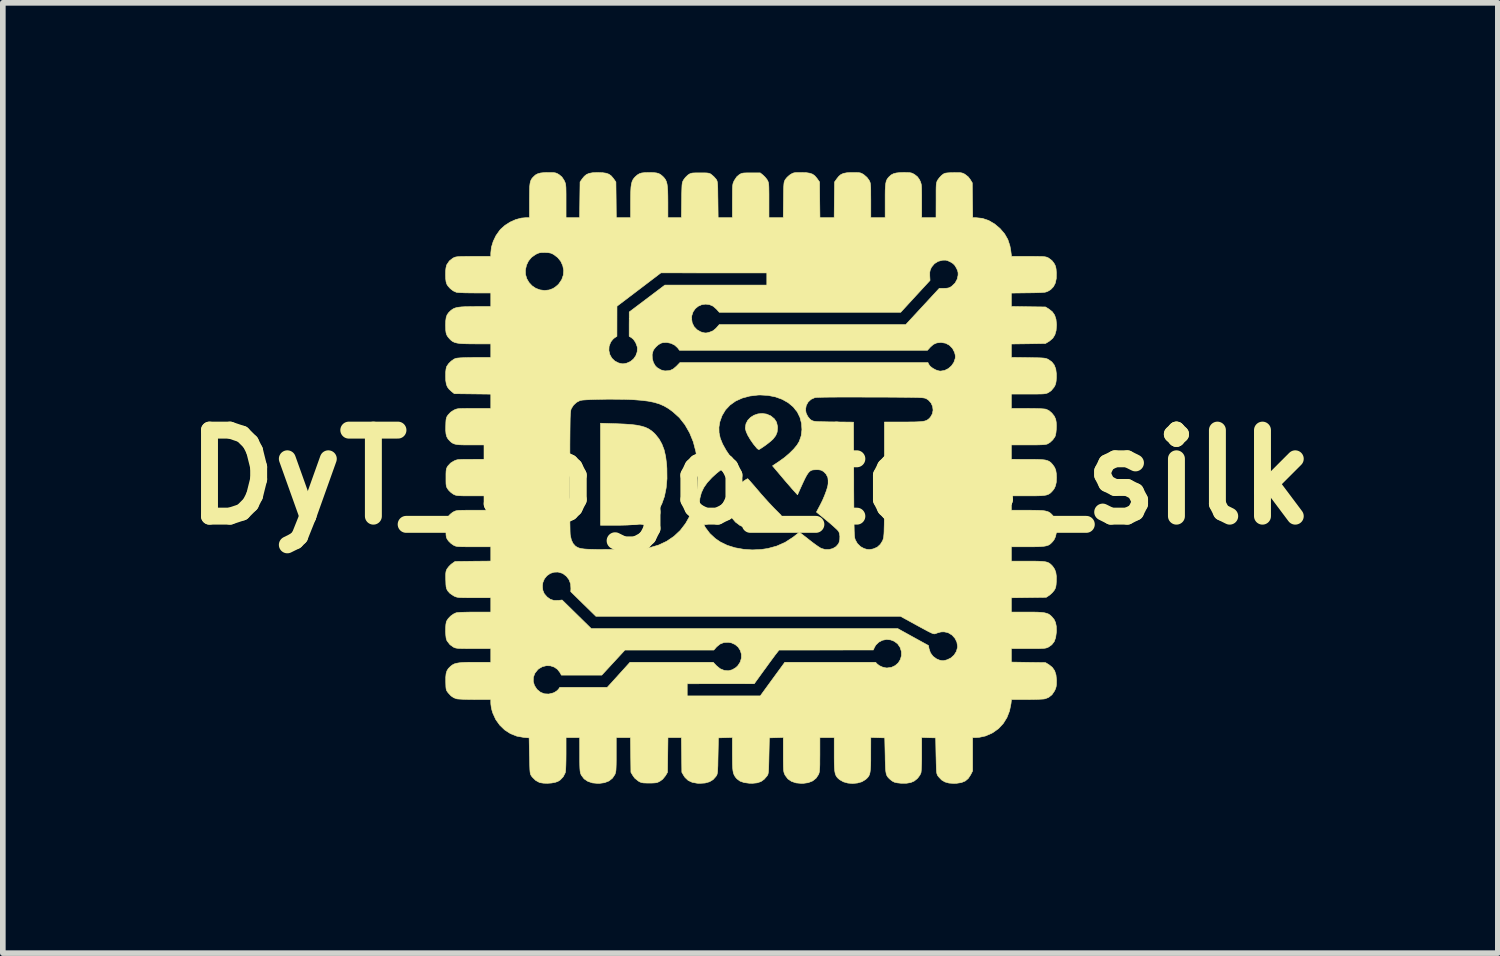
<source format=kicad_pcb>
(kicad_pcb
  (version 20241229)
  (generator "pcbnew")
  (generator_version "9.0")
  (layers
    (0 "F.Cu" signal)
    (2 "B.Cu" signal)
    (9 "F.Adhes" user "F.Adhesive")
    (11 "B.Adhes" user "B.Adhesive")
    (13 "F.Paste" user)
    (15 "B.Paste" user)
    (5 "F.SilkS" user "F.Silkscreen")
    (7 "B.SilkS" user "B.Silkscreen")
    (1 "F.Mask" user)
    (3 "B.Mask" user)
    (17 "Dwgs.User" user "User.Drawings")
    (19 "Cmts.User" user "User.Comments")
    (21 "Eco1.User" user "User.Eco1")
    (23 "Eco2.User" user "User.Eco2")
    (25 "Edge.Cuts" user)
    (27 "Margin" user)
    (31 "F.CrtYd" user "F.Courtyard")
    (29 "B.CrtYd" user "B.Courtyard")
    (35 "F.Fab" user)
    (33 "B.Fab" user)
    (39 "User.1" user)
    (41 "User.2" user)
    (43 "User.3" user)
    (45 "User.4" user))
  (footprint "DyT_logo_top_silk"
    (layer "F.Cu")
    (at 10.24 5.403)
    (property "Reference" "DyT_logo_top_silk" (at 0 0 0) (layer "F.SilkS") (effects (font (size 1.524 1.524) (thickness 0.3))))
    (attr through_hole)
    (fp_poly (pts (xy 0.286 -1.119) (xy 0.359 -1.088) (xy 0.364 -1.085) (xy 0.425 -1.035) (xy 0.464 -0.975) (xy 0.481 -0.902) (xy 0.482 -0.873) (xy 0.475 -0.8) (xy 0.45 -0.738) (xy 0.404 -0.678) (xy 0.372 -0.648) (xy 0.326 -0.61) (xy 0.27 -0.567) (xy 0.212 -0.527) (xy 0.162 -0.495) (xy 0.157 -0.492) (xy 0.14 -0.494) (xy 0.118 -0.512) (xy 0.055 -0.588) (xy 0.001 -0.666) (xy -0.043 -0.74) (xy -0.073 -0.806) (xy -0.088 -0.862) (xy -0.088 -0.876) (xy -0.077 -0.947) (xy -0.045 -1.009) (xy 0.004 -1.06) (xy 0.065 -1.098) (xy 0.135 -1.122) (xy 0.21 -1.129) (xy 0.286 -1.119)) (stroke (width 0.01) (type solid)) (fill yes) (layer "F.SilkS"))
    (fp_poly (pts (xy -2.372 -0.948) (xy -2.231 -0.942) (xy -2.112 -0.934) (xy -2.013 -0.922) (xy -1.93 -0.905) (xy -1.86 -0.884) (xy -1.801 -0.856) (xy -1.749 -0.821) (xy -1.7 -0.778) (xy -1.68 -0.757) (xy -1.616 -0.677) (xy -1.566 -0.587) (xy -1.527 -0.485) (xy -1.5 -0.367) (xy -1.483 -0.23) (xy -1.478 -0.156) (xy -1.476 0.025) (xy -1.491 0.19) (xy -1.521 0.34) (xy -1.568 0.472) (xy -1.629 0.587) (xy -1.705 0.681) (xy -1.722 0.697) (xy -1.768 0.737) (xy -1.815 0.769) (xy -1.866 0.795) (xy -1.925 0.815) (xy -1.994 0.83) (xy -2.077 0.84) (xy -2.176 0.847) (xy -2.295 0.85) (xy -2.41 0.851) (xy -2.654 0.851) (xy -2.654 -0.957) (xy -2.372 -0.948)) (stroke (width 0.01) (type solid)) (fill yes) (layer "F.SilkS"))
    (fp_poly (pts (xy -0.037 0.035) (xy -0.014 0.06) (xy 0.021 0.1) (xy 0.065 0.15) (xy 0.114 0.208) (xy 0.129 0.225) (xy 0.19 0.297) (xy 0.257 0.372) (xy 0.322 0.444) (xy 0.382 0.508) (xy 0.424 0.552) (xy 0.55 0.678) (xy 0.494 0.727) (xy 0.394 0.803) (xy 0.293 0.861) (xy 0.251 0.879) (xy 0.187 0.897) (xy 0.11 0.907) (xy 0.031 0.911) (xy -0.042 0.906) (xy -0.091 0.895) (xy -0.183 0.854) (xy -0.263 0.794) (xy -0.327 0.719) (xy -0.374 0.634) (xy -0.4 0.542) (xy -0.403 0.452) (xy -0.385 0.361) (xy -0.344 0.277) (xy -0.28 0.198) (xy -0.264 0.182) (xy -0.229 0.152) (xy -0.187 0.118) (xy -0.142 0.085) (xy -0.101 0.056) (xy -0.067 0.035) (xy -0.048 0.026) (xy -0.047 0.025) (xy -0.037 0.035)) (stroke (width 0.01) (type solid)) (fill yes) (layer "F.SilkS"))
    (fp_poly (pts (xy 2.777 -5.397) (xy 2.82 -5.395) (xy 2.85 -5.39) (xy 2.875 -5.381) (xy 2.902 -5.366) (xy 2.913 -5.359) (xy 2.96 -5.322) (xy 2.994 -5.274) (xy 3.004 -5.254) (xy 3.014 -5.232) (xy 3.021 -5.211) (xy 3.027 -5.188) (xy 3.031 -5.158) (xy 3.033 -5.118) (xy 3.034 -5.064) (xy 3.035 -4.992) (xy 3.035 -4.899) (xy 3.035 -4.893) (xy 3.035 -4.597) (xy 3.289 -4.597) (xy 3.29 -4.905) (xy 3.29 -5.002) (xy 3.29 -5.077) (xy 3.291 -5.133) (xy 3.293 -5.175) (xy 3.297 -5.205) (xy 3.302 -5.227) (xy 3.308 -5.244) (xy 3.317 -5.261) (xy 3.318 -5.263) (xy 3.347 -5.303) (xy 3.383 -5.342) (xy 3.395 -5.352) (xy 3.417 -5.369) (xy 3.437 -5.38) (xy 3.461 -5.387) (xy 3.495 -5.391) (xy 3.544 -5.394) (xy 3.592 -5.395) (xy 3.657 -5.396) (xy 3.703 -5.396) (xy 3.736 -5.392) (xy 3.763 -5.385) (xy 3.788 -5.373) (xy 3.797 -5.369) (xy 3.858 -5.322) (xy 3.893 -5.277) (xy 3.931 -5.215) (xy 3.935 -4.906) (xy 3.939 -4.597) (xy 3.999 -4.597) (xy 4.111 -4.585) (xy 4.221 -4.548) (xy 4.327 -4.486) (xy 4.423 -4.405) (xy 4.503 -4.312) (xy 4.561 -4.211) (xy 4.598 -4.098) (xy 4.612 -4.022) (xy 4.626 -3.912) (xy 4.927 -3.912) (xy 5.023 -3.912) (xy 5.096 -3.911) (xy 5.152 -3.91) (xy 5.193 -3.908) (xy 5.223 -3.904) (xy 5.245 -3.899) (xy 5.264 -3.892) (xy 5.282 -3.883) (xy 5.284 -3.882) (xy 5.343 -3.837) (xy 5.378 -3.792) (xy 5.397 -3.758) (xy 5.409 -3.725) (xy 5.416 -3.685) (xy 5.42 -3.629) (xy 5.421 -3.62) (xy 5.419 -3.52) (xy 5.402 -3.439) (xy 5.369 -3.375) (xy 5.32 -3.324) (xy 5.279 -3.299) (xy 5.261 -3.29) (xy 5.242 -3.283) (xy 5.219 -3.277) (xy 5.187 -3.274) (xy 5.145 -3.271) (xy 5.087 -3.269) (xy 5.011 -3.267) (xy 4.924 -3.266) (xy 4.623 -3.262) (xy 4.623 -3.143) (xy 4.623 -3.025) (xy 4.925 -3.02) (xy 5.228 -3.016) (xy 5.29 -2.978) (xy 5.349 -2.931) (xy 5.39 -2.872) (xy 5.414 -2.798) (xy 5.423 -2.707) (xy 5.423 -2.693) (xy 5.416 -2.598) (xy 5.394 -2.522) (xy 5.357 -2.462) (xy 5.301 -2.414) (xy 5.291 -2.407) (xy 5.228 -2.369) (xy 4.925 -2.364) (xy 4.623 -2.36) (xy 4.623 -2.241) (xy 4.623 -2.123) (xy 4.924 -2.119) (xy 5.02 -2.117) (xy 5.094 -2.116) (xy 5.15 -2.114) (xy 5.192 -2.111) (xy 5.222 -2.107) (xy 5.244 -2.101) (xy 5.263 -2.094) (xy 5.279 -2.086) (xy 5.34 -2.043) (xy 5.383 -1.988) (xy 5.41 -1.917) (xy 5.421 -1.83) (xy 5.421 -1.765) (xy 5.417 -1.706) (xy 5.41 -1.665) (xy 5.399 -1.631) (xy 5.381 -1.598) (xy 5.378 -1.593) (xy 5.328 -1.533) (xy 5.284 -1.503) (xy 5.266 -1.493) (xy 5.247 -1.486) (xy 5.226 -1.481) (xy 5.197 -1.477) (xy 5.157 -1.475) (xy 5.104 -1.474) (xy 5.033 -1.473) (xy 4.94 -1.473) (xy 4.926 -1.473) (xy 4.623 -1.473) (xy 4.623 -1.219) (xy 4.905 -1.219) (xy 4.996 -1.218) (xy 5.078 -1.217) (xy 5.147 -1.214) (xy 5.201 -1.21) (xy 5.233 -1.206) (xy 5.237 -1.205) (xy 5.29 -1.18) (xy 5.34 -1.137) (xy 5.383 -1.083) (xy 5.409 -1.027) (xy 5.409 -1.025) (xy 5.418 -0.975) (xy 5.421 -0.912) (xy 5.419 -0.846) (xy 5.413 -0.784) (xy 5.402 -0.735) (xy 5.395 -0.717) (xy 5.357 -0.663) (xy 5.307 -0.616) (xy 5.261 -0.589) (xy 5.24 -0.583) (xy 5.205 -0.578) (xy 5.155 -0.575) (xy 5.087 -0.573) (xy 4.998 -0.572) (xy 4.922 -0.572) (xy 4.623 -0.572) (xy 4.623 -0.318) (xy 4.918 -0.317) (xy 5.024 -0.317) (xy 5.109 -0.315) (xy 5.175 -0.311) (xy 5.225 -0.305) (xy 5.264 -0.294) (xy 5.295 -0.28) (xy 5.321 -0.261) (xy 5.345 -0.235) (xy 5.357 -0.221) (xy 5.39 -0.174) (xy 5.41 -0.124) (xy 5.42 -0.062) (xy 5.423 0.006) (xy 5.419 0.088) (xy 5.405 0.152) (xy 5.381 0.204) (xy 5.357 0.236) (xy 5.331 0.264) (xy 5.307 0.286) (xy 5.28 0.302) (xy 5.247 0.314) (xy 5.205 0.322) (xy 5.15 0.327) (xy 5.079 0.329) (xy 4.988 0.33) (xy 4.922 0.33) (xy 4.623 0.33) (xy 4.623 0.584) (xy 4.918 0.584) (xy 5.024 0.585) (xy 5.108 0.587) (xy 5.173 0.59) (xy 5.223 0.597) (xy 5.262 0.607) (xy 5.293 0.62) (xy 5.319 0.639) (xy 5.344 0.664) (xy 5.356 0.677) (xy 5.389 0.725) (xy 5.41 0.779) (xy 5.421 0.847) (xy 5.423 0.908) (xy 5.419 0.99) (xy 5.405 1.053) (xy 5.381 1.105) (xy 5.356 1.139) (xy 5.33 1.166) (xy 5.305 1.188) (xy 5.277 1.204) (xy 5.242 1.215) (xy 5.198 1.223) (xy 5.14 1.228) (xy 5.065 1.231) (xy 4.97 1.232) (xy 4.918 1.232) (xy 4.623 1.232) (xy 4.623 1.486) (xy 4.922 1.486) (xy 5.026 1.486) (xy 5.109 1.488) (xy 5.173 1.491) (xy 5.223 1.497) (xy 5.261 1.506) (xy 5.291 1.52) (xy 5.316 1.538) (xy 5.341 1.562) (xy 5.357 1.58) (xy 5.39 1.629) (xy 5.411 1.686) (xy 5.421 1.758) (xy 5.42 1.843) (xy 5.416 1.902) (xy 5.41 1.942) (xy 5.399 1.974) (xy 5.381 2.005) (xy 5.381 2.005) (xy 5.348 2.045) (xy 5.306 2.083) (xy 5.294 2.092) (xy 5.241 2.127) (xy 4.932 2.131) (xy 4.623 2.135) (xy 4.623 2.388) (xy 4.897 2.388) (xy 5.004 2.388) (xy 5.09 2.39) (xy 5.158 2.394) (xy 5.21 2.401) (xy 5.251 2.411) (xy 5.283 2.424) (xy 5.311 2.443) (xy 5.337 2.467) (xy 5.34 2.47) (xy 5.38 2.518) (xy 5.406 2.573) (xy 5.419 2.639) (xy 5.422 2.722) (xy 5.42 2.749) (xy 5.408 2.84) (xy 5.382 2.912) (xy 5.339 2.967) (xy 5.284 3.006) (xy 5.266 3.015) (xy 5.247 3.022) (xy 5.226 3.027) (xy 5.197 3.031) (xy 5.157 3.033) (xy 5.104 3.035) (xy 5.033 3.035) (xy 4.94 3.035) (xy 4.926 3.035) (xy 4.623 3.035) (xy 4.623 3.274) (xy 4.925 3.279) (xy 5.228 3.283) (xy 5.29 3.321) (xy 5.349 3.368) (xy 5.39 3.427) (xy 5.414 3.501) (xy 5.423 3.592) (xy 5.423 3.606) (xy 5.422 3.665) (xy 5.417 3.707) (xy 5.407 3.743) (xy 5.39 3.781) (xy 5.388 3.785) (xy 5.342 3.853) (xy 5.282 3.9) (xy 5.221 3.924) (xy 5.195 3.928) (xy 5.148 3.931) (xy 5.084 3.934) (xy 5.009 3.936) (xy 4.926 3.937) (xy 4.9 3.937) (xy 4.625 3.937) (xy 4.617 4.01) (xy 4.591 4.139) (xy 4.545 4.257) (xy 4.479 4.363) (xy 4.395 4.453) (xy 4.295 4.524) (xy 4.277 4.534) (xy 4.164 4.583) (xy 4.053 4.607) (xy 4.004 4.61) (xy 3.937 4.61) (xy 3.937 5.202) (xy 3.902 5.271) (xy 3.86 5.335) (xy 3.807 5.38) (xy 3.739 5.408) (xy 3.653 5.421) (xy 3.607 5.423) (xy 3.518 5.417) (xy 3.447 5.397) (xy 3.388 5.362) (xy 3.337 5.308) (xy 3.324 5.292) (xy 3.315 5.278) (xy 3.309 5.263) (xy 3.303 5.244) (xy 3.299 5.217) (xy 3.296 5.178) (xy 3.294 5.125) (xy 3.292 5.055) (xy 3.29 4.962) (xy 3.289 4.934) (xy 3.283 4.616) (xy 3.159 4.613) (xy 3.035 4.609) (xy 3.035 4.899) (xy 3.035 4.991) (xy 3.033 5.074) (xy 3.03 5.145) (xy 3.027 5.199) (xy 3.023 5.232) (xy 3.022 5.237) (xy 3.003 5.277) (xy 2.971 5.321) (xy 2.954 5.34) (xy 2.901 5.382) (xy 2.84 5.408) (xy 2.766 5.42) (xy 2.674 5.42) (xy 2.667 5.42) (xy 2.602 5.413) (xy 2.554 5.402) (xy 2.516 5.383) (xy 2.478 5.354) (xy 2.472 5.348) (xy 2.449 5.326) (xy 2.431 5.305) (xy 2.417 5.281) (xy 2.407 5.252) (xy 2.4 5.213) (xy 2.395 5.162) (xy 2.392 5.095) (xy 2.389 5.008) (xy 2.388 4.928) (xy 2.381 4.616) (xy 2.134 4.609) (xy 2.133 4.911) (xy 2.133 5.019) (xy 2.131 5.104) (xy 2.127 5.171) (xy 2.121 5.222) (xy 2.112 5.262) (xy 2.098 5.292) (xy 2.079 5.318) (xy 2.055 5.342) (xy 2.038 5.356) (xy 1.975 5.394) (xy 1.897 5.416) (xy 1.812 5.424) (xy 1.727 5.417) (xy 1.649 5.395) (xy 1.584 5.358) (xy 1.581 5.356) (xy 1.553 5.332) (xy 1.532 5.308) (xy 1.515 5.28) (xy 1.503 5.246) (xy 1.495 5.202) (xy 1.49 5.144) (xy 1.487 5.07) (xy 1.486 4.976) (xy 1.486 4.912) (xy 1.486 4.61) (xy 1.232 4.61) (xy 1.232 4.912) (xy 1.231 5.009) (xy 1.231 5.085) (xy 1.229 5.142) (xy 1.226 5.185) (xy 1.223 5.216) (xy 1.217 5.24) (xy 1.21 5.26) (xy 1.208 5.265) (xy 1.165 5.33) (xy 1.104 5.379) (xy 1.025 5.41) (xy 0.93 5.423) (xy 0.908 5.423) (xy 0.809 5.414) (xy 0.729 5.387) (xy 0.665 5.343) (xy 0.617 5.279) (xy 0.611 5.267) (xy 0.602 5.247) (xy 0.596 5.227) (xy 0.591 5.203) (xy 0.588 5.169) (xy 0.586 5.124) (xy 0.585 5.064) (xy 0.584 4.984) (xy 0.584 4.91) (xy 0.584 4.609) (xy 0.337 4.616) (xy 0.33 4.934) (xy 0.328 5.032) (xy 0.326 5.108) (xy 0.324 5.166) (xy 0.321 5.208) (xy 0.317 5.238) (xy 0.313 5.259) (xy 0.306 5.275) (xy 0.298 5.288) (xy 0.295 5.292) (xy 0.245 5.35) (xy 0.189 5.39) (xy 0.121 5.413) (xy 0.039 5.421) (xy -0.019 5.42) (xy -0.11 5.408) (xy -0.182 5.383) (xy -0.237 5.342) (xy -0.258 5.318) (xy -0.276 5.292) (xy -0.29 5.265) (xy -0.301 5.234) (xy -0.308 5.195) (xy -0.313 5.146) (xy -0.316 5.081) (xy -0.317 4.998) (xy -0.318 4.9) (xy -0.318 4.609) (xy -0.565 4.616) (xy -0.572 4.935) (xy -0.574 5.033) (xy -0.575 5.109) (xy -0.578 5.167) (xy -0.58 5.209) (xy -0.584 5.239) (xy -0.589 5.261) (xy -0.595 5.277) (xy -0.604 5.291) (xy -0.609 5.299) (xy -0.66 5.356) (xy -0.723 5.394) (xy -0.801 5.416) (xy -0.896 5.422) (xy -0.94 5.42) (xy -1.029 5.404) (xy -1.101 5.37) (xy -1.157 5.317) (xy -1.178 5.286) (xy -1.213 5.226) (xy -1.221 4.61) (xy -1.459 4.61) (xy -1.467 5.226) (xy -1.502 5.286) (xy -1.553 5.349) (xy -1.597 5.381) (xy -1.627 5.397) (xy -1.653 5.408) (xy -1.684 5.413) (xy -1.727 5.416) (xy -1.787 5.417) (xy -1.791 5.417) (xy -1.852 5.416) (xy -1.895 5.414) (xy -1.927 5.408) (xy -1.954 5.398) (xy -1.983 5.382) (xy -1.984 5.381) (xy -2.047 5.33) (xy -2.079 5.286) (xy -2.115 5.226) (xy -2.119 4.918) (xy -2.123 4.61) (xy -2.375 4.61) (xy -2.375 4.912) (xy -2.375 5.009) (xy -2.376 5.085) (xy -2.378 5.142) (xy -2.38 5.185) (xy -2.384 5.216) (xy -2.39 5.24) (xy -2.397 5.26) (xy -2.399 5.265) (xy -2.442 5.33) (xy -2.503 5.379) (xy -2.582 5.41) (xy -2.677 5.423) (xy -2.699 5.423) (xy -2.797 5.414) (xy -2.879 5.386) (xy -2.944 5.342) (xy -2.991 5.28) (xy -2.999 5.265) (xy -3.006 5.246) (xy -3.012 5.224) (xy -3.016 5.195) (xy -3.019 5.155) (xy -3.021 5.102) (xy -3.022 5.032) (xy -3.022 4.941) (xy -3.022 4.912) (xy -3.023 4.61) (xy -3.264 4.61) (xy -3.264 4.9) (xy -3.265 5.008) (xy -3.267 5.097) (xy -3.27 5.166) (xy -3.274 5.214) (xy -3.278 5.234) (xy -3.314 5.305) (xy -3.368 5.362) (xy -3.408 5.387) (xy -3.456 5.404) (xy -3.521 5.416) (xy -3.593 5.421) (xy -3.663 5.419) (xy -3.721 5.41) (xy -3.738 5.405) (xy -3.802 5.37) (xy -3.859 5.314) (xy -3.878 5.29) (xy -3.886 5.276) (xy -3.893 5.261) (xy -3.898 5.241) (xy -3.902 5.213) (xy -3.905 5.172) (xy -3.907 5.116) (xy -3.909 5.042) (xy -3.911 4.947) (xy -3.912 4.934) (xy -3.918 4.616) (xy -4.013 4.608) (xy -4.136 4.586) (xy -4.249 4.541) (xy -4.35 4.476) (xy -4.437 4.392) (xy -4.509 4.292) (xy -4.561 4.178) (xy -4.578 4.122) (xy -4.589 4.07) (xy -4.596 4.018) (xy -4.597 3.991) (xy -4.597 3.937) (xy -4.874 3.937) (xy -4.958 3.936) (xy -5.037 3.935) (xy -5.106 3.932) (xy -5.159 3.929) (xy -5.194 3.926) (xy -5.2 3.925) (xy -5.254 3.905) (xy -5.303 3.871) (xy -5.352 3.818) (xy -5.369 3.795) (xy -5.381 3.775) (xy -5.388 3.75) (xy -5.392 3.716) (xy -5.394 3.665) (xy -5.395 3.626) (xy -5.395 3.615) (xy -3.845 3.615) (xy -3.824 3.688) (xy -3.78 3.756) (xy -3.776 3.76) (xy -3.716 3.809) (xy -3.646 3.836) (xy -3.57 3.84) (xy -3.492 3.821) (xy -3.466 3.809) (xy -3.43 3.786) (xy -3.401 3.759) (xy -3.396 3.753) (xy -3.375 3.721) (xy -2.954 3.721) (xy -2.534 3.721) (xy -2.476 3.658) (xy -1.118 3.658) (xy -1.118 3.873) (xy 0.176 3.873) (xy 0.393 3.575) (xy 0.611 3.277) (xy 2.219 3.277) (xy 2.243 3.304) (xy 2.285 3.337) (xy 2.342 3.363) (xy 2.403 3.377) (xy 2.423 3.378) (xy 2.5 3.367) (xy 2.566 3.336) (xy 2.62 3.289) (xy 2.657 3.229) (xy 2.677 3.16) (xy 2.676 3.087) (xy 2.653 3.014) (xy 2.609 2.95) (xy 2.548 2.905) (xy 2.486 2.881) (xy 2.413 2.873) (xy 2.341 2.887) (xy 2.276 2.921) (xy 2.225 2.97) (xy 2.201 3.009) (xy 2.178 3.06) (xy 0.509 3.061) (xy 0.461 3.122) (xy 0.439 3.15) (xy 0.406 3.195) (xy 0.363 3.253) (xy 0.314 3.32) (xy 0.263 3.391) (xy 0.241 3.42) (xy 0.07 3.657) (xy -1.118 3.658) (xy -2.476 3.658) (xy -2.131 3.277) (xy -0.658 3.277) (xy -0.599 3.339) (xy -0.534 3.392) (xy -0.463 3.421) (xy -0.391 3.428) (xy -0.32 3.41) (xy -0.254 3.37) (xy -0.22 3.337) (xy -0.178 3.272) (xy -0.158 3.202) (xy -0.158 3.133) (xy -0.178 3.067) (xy -0.215 3.009) (xy -0.269 2.963) (xy -0.336 2.933) (xy -0.391 2.924) (xy -0.469 2.928) (xy -0.537 2.955) (xy -0.598 3.005) (xy -0.607 3.016) (xy -0.647 3.061) (xy -2.221 3.061) (xy -2.426 3.283) (xy -2.631 3.505) (xy -3.347 3.505) (xy -3.371 3.46) (xy -3.416 3.402) (xy -3.474 3.362) (xy -3.541 3.34) (xy -3.613 3.338) (xy -3.683 3.355) (xy -3.747 3.392) (xy -3.765 3.408) (xy -3.816 3.472) (xy -3.842 3.542) (xy -3.845 3.615) (xy -5.395 3.615) (xy -5.395 3.543) (xy -5.389 3.48) (xy -5.374 3.43) (xy -5.349 3.389) (xy -5.311 3.351) (xy -5.3 3.342) (xy -5.273 3.322) (xy -5.242 3.306) (xy -5.203 3.295) (xy -5.155 3.287) (xy -5.093 3.281) (xy -5.014 3.278) (xy -4.914 3.277) (xy -4.863 3.277) (xy -4.597 3.277) (xy -4.597 3.035) (xy -4.903 3.035) (xy -5 3.035) (xy -5.076 3.034) (xy -5.133 3.033) (xy -5.175 3.031) (xy -5.205 3.027) (xy -5.228 3.022) (xy -5.246 3.015) (xy -5.255 3.011) (xy -5.32 2.965) (xy -5.369 2.902) (xy -5.377 2.887) (xy -5.388 2.851) (xy -5.394 2.798) (xy -5.398 2.735) (xy -5.397 2.67) (xy -5.393 2.61) (xy -5.385 2.563) (xy -5.38 2.549) (xy -5.352 2.505) (xy -5.309 2.46) (xy -5.258 2.423) (xy -5.211 2.401) (xy -5.183 2.397) (xy -5.134 2.393) (xy -5.068 2.391) (xy -4.989 2.389) (xy -4.902 2.388) (xy -4.88 2.388) (xy -4.597 2.388) (xy -4.597 2.134) (xy -4.893 2.134) (xy -4.988 2.134) (xy -5.06 2.133) (xy -5.115 2.132) (xy -5.155 2.13) (xy -5.185 2.126) (xy -5.208 2.121) (xy -5.228 2.114) (xy -5.249 2.104) (xy -5.256 2.1) (xy -5.32 2.057) (xy -5.357 2.016) (xy -5.372 1.991) (xy -5.382 1.967) (xy -5.388 1.938) (xy -5.389 1.93) (xy -3.683 1.93) (xy -3.675 2.003) (xy -3.65 2.063) (xy -3.603 2.117) (xy -3.597 2.123) (xy -3.542 2.162) (xy -3.483 2.181) (xy -3.41 2.182) (xy -3.394 2.181) (xy -3.334 2.174) (xy -3.076 2.427) (xy -2.818 2.68) (xy -0.104 2.68) (xy 2.61 2.68) (xy 2.883 2.831) (xy 3.156 2.981) (xy 3.165 3.035) (xy 3.19 3.11) (xy 3.236 3.172) (xy 3.299 3.218) (xy 3.35 3.239) (xy 3.386 3.247) (xy 3.417 3.249) (xy 3.454 3.242) (xy 3.489 3.232) (xy 3.554 3.2) (xy 3.609 3.15) (xy 3.649 3.087) (xy 3.669 3.017) (xy 3.67 2.991) (xy 3.658 2.919) (xy 3.625 2.853) (xy 3.575 2.797) (xy 3.512 2.758) (xy 3.486 2.749) (xy 3.431 2.738) (xy 3.377 2.74) (xy 3.317 2.756) (xy 3.283 2.769) (xy 3.27 2.773) (xy 3.257 2.774) (xy 3.239 2.771) (xy 3.215 2.762) (xy 3.181 2.746) (xy 3.134 2.722) (xy 3.073 2.689) (xy 2.993 2.646) (xy 2.953 2.624) (xy 2.661 2.464) (xy -2.734 2.464) (xy -2.958 2.245) (xy -3.181 2.026) (xy -3.178 1.972) (xy -3.183 1.89) (xy -3.211 1.815) (xy -3.258 1.753) (xy -3.321 1.706) (xy -3.334 1.7) (xy -3.407 1.679) (xy -3.478 1.682) (xy -3.545 1.704) (xy -3.602 1.744) (xy -3.647 1.799) (xy -3.675 1.866) (xy -3.683 1.93) (xy -5.389 1.93) (xy -5.392 1.897) (xy -5.394 1.839) (xy -5.395 1.817) (xy -5.396 1.752) (xy -5.395 1.707) (xy -5.391 1.674) (xy -5.384 1.649) (xy -5.373 1.626) (xy -5.369 1.62) (xy -5.34 1.582) (xy -5.302 1.544) (xy -5.285 1.531) (xy -5.23 1.492) (xy -4.914 1.488) (xy -4.597 1.485) (xy -4.597 1.232) (xy -4.9 1.232) (xy -4.996 1.232) (xy -5.07 1.231) (xy -5.126 1.23) (xy -5.167 1.228) (xy -5.197 1.225) (xy -5.219 1.22) (xy -5.238 1.213) (xy -5.256 1.204) (xy -5.259 1.202) (xy -5.301 1.173) (xy -5.341 1.134) (xy -5.353 1.119) (xy -5.369 1.095) (xy -5.38 1.074) (xy -5.386 1.05) (xy -5.39 1.018) (xy -5.391 0.97) (xy -5.391 0.908) (xy -5.391 0.842) (xy -5.39 0.796) (xy -5.386 0.764) (xy -5.379 0.741) (xy -5.368 0.72) (xy -5.353 0.697) (xy -5.318 0.658) (xy -5.275 0.623) (xy -5.259 0.614) (xy -5.24 0.604) (xy -5.222 0.597) (xy -5.2 0.592) (xy -5.171 0.588) (xy -5.132 0.586) (xy -5.078 0.585) (xy -5.007 0.584) (xy -4.915 0.584) (xy -4.9 0.584) (xy -4.597 0.584) (xy -4.597 0.33) (xy -4.9 0.33) (xy -4.996 0.33) (xy -5.07 0.33) (xy -5.126 0.328) (xy -5.167 0.326) (xy -5.197 0.323) (xy -5.219 0.318) (xy -5.238 0.311) (xy -5.256 0.302) (xy -5.259 0.301) (xy -5.301 0.271) (xy -5.319 0.254) (xy -3.198 0.254) (xy -3.198 0.414) (xy -3.198 0.56) (xy -3.197 0.688) (xy -3.196 0.798) (xy -3.194 0.889) (xy -3.193 0.958) (xy -3.191 1.005) (xy -3.189 1.025) (xy -3.17 1.11) (xy -3.14 1.173) (xy -3.1 1.218) (xy -3.094 1.222) (xy -3.073 1.236) (xy -3.049 1.248) (xy -3.02 1.258) (xy -2.985 1.265) (xy -2.94 1.271) (xy -2.883 1.275) (xy -2.812 1.277) (xy -2.725 1.279) (xy -2.618 1.279) (xy -2.49 1.278) (xy -2.407 1.278) (xy -2.276 1.276) (xy -2.169 1.275) (xy -2.08 1.273) (xy -2.009 1.271) (xy -1.951 1.269) (xy -1.904 1.266) (xy -1.865 1.262) (xy -1.832 1.257) (xy -1.8 1.251) (xy -1.784 1.248) (xy -1.624 1.201) (xy -1.481 1.134) (xy -1.353 1.047) (xy -1.241 0.942) (xy -1.146 0.818) (xy -1.067 0.677) (xy -1.007 0.522) (xy -0.904 0.522) (xy -0.891 0.651) (xy -0.855 0.774) (xy -0.797 0.89) (xy -0.718 0.995) (xy -0.62 1.086) (xy -0.532 1.146) (xy -0.409 1.206) (xy -0.271 1.249) (xy -0.121 1.276) (xy 0.036 1.287) (xy 0.196 1.279) (xy 0.311 1.262) (xy 0.468 1.219) (xy 0.617 1.153) (xy 0.756 1.063) (xy 0.802 1.027) (xy 0.834 1.001) (xy 0.859 0.983) (xy 0.87 0.978) (xy 0.882 0.985) (xy 0.911 1.006) (xy 0.952 1.038) (xy 1.003 1.077) (xy 1.039 1.106) (xy 1.098 1.152) (xy 1.155 1.194) (xy 1.205 1.229) (xy 1.243 1.253) (xy 1.256 1.26) (xy 1.325 1.28) (xy 1.395 1.28) (xy 1.461 1.263) (xy 1.518 1.229) (xy 1.559 1.182) (xy 1.57 1.161) (xy 1.584 1.105) (xy 1.586 1.043) (xy 1.576 0.987) (xy 1.564 0.959) (xy 1.547 0.939) (xy 1.513 0.906) (xy 1.467 0.864) (xy 1.412 0.816) (xy 1.356 0.769) (xy 1.171 0.617) (xy 1.239 0.489) (xy 1.28 0.407) (xy 1.316 0.322) (xy 1.347 0.239) (xy 1.37 0.165) (xy 1.382 0.104) (xy 1.384 0.077) (xy 1.373 0.003) (xy 1.34 -0.058) (xy 1.301 -0.097) (xy 1.271 -0.117) (xy 1.242 -0.128) (xy 1.204 -0.133) (xy 1.167 -0.133) (xy 1.13 -0.132) (xy 1.099 -0.128) (xy 1.072 -0.118) (xy 1.047 -0.1) (xy 1.023 -0.072) (xy 0.996 -0.031) (xy 0.966 0.026) (xy 0.931 0.1) (xy 0.888 0.194) (xy 0.87 0.235) (xy 0.836 0.311) (xy 0.772 0.241) (xy 0.743 0.209) (xy 0.702 0.161) (xy 0.652 0.104) (xy 0.598 0.041) (xy 0.551 -0.015) (xy 0.393 -0.202) (xy 0.504 -0.276) (xy 0.602 -0.346) (xy 0.69 -0.421) (xy 0.766 -0.496) (xy 0.827 -0.569) (xy 0.866 -0.633) (xy 0.901 -0.734) (xy 0.914 -0.842) (xy 0.907 -0.952) (xy 0.879 -1.06) (xy 0.831 -1.158) (xy 0.798 -1.198) (xy 0.978 -1.198) (xy 0.988 -1.136) (xy 1.017 -1.077) (xy 1.057 -1.028) (xy 1.077 -1.013) (xy 1.092 -1.005) (xy 1.107 -0.998) (xy 1.126 -0.993) (xy 1.152 -0.989) (xy 1.188 -0.986) (xy 1.238 -0.984) (xy 1.304 -0.983) (xy 1.389 -0.981) (xy 1.476 -0.98) (xy 1.828 -0.976) (xy 1.832 0.036) (xy 1.832 0.221) (xy 1.833 0.382) (xy 1.834 0.522) (xy 1.835 0.642) (xy 1.836 0.742) (xy 1.837 0.827) (xy 1.839 0.896) (xy 1.84 0.952) (xy 1.842 0.996) (xy 1.844 1.03) (xy 1.847 1.057) (xy 1.85 1.077) (xy 1.854 1.092) (xy 1.858 1.105) (xy 1.858 1.106) (xy 1.896 1.174) (xy 1.952 1.229) (xy 2.013 1.262) (xy 2.063 1.277) (xy 2.108 1.281) (xy 2.16 1.273) (xy 2.18 1.268) (xy 2.248 1.239) (xy 2.303 1.189) (xy 2.344 1.123) (xy 2.354 1.093) (xy 2.358 1.078) (xy 2.362 1.059) (xy 2.364 1.034) (xy 2.367 1.002) (xy 2.369 0.961) (xy 2.37 0.909) (xy 2.372 0.844) (xy 2.373 0.765) (xy 2.374 0.67) (xy 2.374 0.557) (xy 2.375 0.425) (xy 2.375 0.271) (xy 2.375 0.094) (xy 2.375 0.023) (xy 2.375 -0.978) (xy 2.715 -0.978) (xy 2.827 -0.979) (xy 2.918 -0.98) (xy 2.989 -0.983) (xy 3.045 -0.988) (xy 3.087 -0.995) (xy 3.12 -1.006) (xy 3.145 -1.021) (xy 3.168 -1.04) (xy 3.189 -1.063) (xy 3.191 -1.065) (xy 3.224 -1.123) (xy 3.237 -1.188) (xy 3.229 -1.253) (xy 3.202 -1.314) (xy 3.158 -1.364) (xy 3.118 -1.391) (xy 3.107 -1.395) (xy 3.096 -1.4) (xy 3.081 -1.403) (xy 3.062 -1.406) (xy 3.036 -1.409) (xy 3.001 -1.411) (xy 2.956 -1.413) (xy 2.899 -1.414) (xy 2.829 -1.415) (xy 2.742 -1.416) (xy 2.638 -1.417) (xy 2.515 -1.418) (xy 2.371 -1.419) (xy 2.204 -1.419) (xy 2.129 -1.419) (xy 1.919 -1.42) (xy 1.734 -1.42) (xy 1.574 -1.42) (xy 1.439 -1.419) (xy 1.329 -1.418) (xy 1.244 -1.416) (xy 1.184 -1.414) (xy 1.149 -1.411) (xy 1.143 -1.41) (xy 1.076 -1.38) (xy 1.024 -1.332) (xy 0.99 -1.27) (xy 0.978 -1.199) (xy 0.978 -1.198) (xy 0.798 -1.198) (xy 0.76 -1.246) (xy 0.671 -1.32) (xy 0.565 -1.38) (xy 0.446 -1.423) (xy 0.316 -1.449) (xy 0.179 -1.457) (xy 0.137 -1.456) (xy -0.011 -1.438) (xy -0.144 -1.402) (xy -0.261 -1.349) (xy -0.359 -1.279) (xy -0.44 -1.193) (xy -0.501 -1.091) (xy -0.54 -0.982) (xy -0.556 -0.886) (xy -0.554 -0.79) (xy -0.533 -0.691) (xy -0.491 -0.588) (xy -0.429 -0.477) (xy -0.365 -0.382) (xy -0.33 -0.332) (xy -0.309 -0.298) (xy -0.3 -0.277) (xy -0.303 -0.266) (xy -0.306 -0.264) (xy -0.399 -0.208) (xy -0.475 -0.16) (xy -0.538 -0.117) (xy -0.593 -0.074) (xy -0.644 -0.028) (xy -0.681 0.006) (xy -0.764 0.096) (xy -0.825 0.184) (xy -0.867 0.273) (xy -0.893 0.371) (xy -0.903 0.481) (xy -0.904 0.522) (xy -1.007 0.522) (xy -1.006 0.517) (xy -0.962 0.341) (xy -0.935 0.148) (xy -0.927 -0.051) (xy -0.936 -0.258) (xy -0.964 -0.45) (xy -1.01 -0.627) (xy -1.075 -0.786) (xy -1.157 -0.929) (xy -1.256 -1.055) (xy -1.372 -1.16) (xy -1.45 -1.217) (xy -1.529 -1.263) (xy -1.612 -1.299) (xy -1.705 -1.327) (xy -1.81 -1.348) (xy -1.933 -1.363) (xy -2.063 -1.373) (xy -2.142 -1.377) (xy -2.234 -1.38) (xy -2.334 -1.381) (xy -2.439 -1.382) (xy -2.546 -1.382) (xy -2.65 -1.38) (xy -2.748 -1.378) (xy -2.836 -1.375) (xy -2.911 -1.371) (xy -2.969 -1.367) (xy -3.007 -1.361) (xy -3.013 -1.36) (xy -3.076 -1.328) (xy -3.131 -1.278) (xy -3.17 -1.217) (xy -3.171 -1.216) (xy -3.175 -1.205) (xy -3.178 -1.192) (xy -3.182 -1.176) (xy -3.184 -1.154) (xy -3.187 -1.125) (xy -3.189 -1.087) (xy -3.191 -1.039) (xy -3.192 -0.979) (xy -3.193 -0.904) (xy -3.194 -0.814) (xy -3.195 -0.707) (xy -3.196 -0.581) (xy -3.196 -0.435) (xy -3.197 -0.266) (xy -3.198 -0.108) (xy -3.198 0.079) (xy -3.198 0.254) (xy -5.319 0.254) (xy -5.341 0.232) (xy -5.353 0.217) (xy -5.369 0.193) (xy -5.38 0.172) (xy -5.386 0.148) (xy -5.39 0.115) (xy -5.391 0.068) (xy -5.391 0.008) (xy -5.391 -0.059) (xy -5.389 -0.105) (xy -5.385 -0.137) (xy -5.378 -0.162) (xy -5.367 -0.183) (xy -5.357 -0.199) (xy -5.309 -0.251) (xy -5.256 -0.284) (xy -5.234 -0.295) (xy -5.214 -0.303) (xy -5.192 -0.309) (xy -5.165 -0.313) (xy -5.128 -0.315) (xy -5.078 -0.317) (xy -5.011 -0.317) (xy -4.924 -0.317) (xy -4.893 -0.318) (xy -4.597 -0.318) (xy -4.597 -0.572) (xy -4.903 -0.572) (xy -5.006 -0.572) (xy -5.086 -0.573) (xy -5.149 -0.575) (xy -5.196 -0.58) (xy -5.232 -0.587) (xy -5.26 -0.597) (xy -5.284 -0.61) (xy -5.307 -0.628) (xy -5.319 -0.64) (xy -5.353 -0.676) (xy -5.376 -0.716) (xy -5.39 -0.766) (xy -5.396 -0.831) (xy -5.395 -0.908) (xy -5.393 -0.971) (xy -5.39 -1.015) (xy -5.384 -1.046) (xy -5.375 -1.071) (xy -5.36 -1.094) (xy -5.355 -1.102) (xy -5.308 -1.152) (xy -5.254 -1.187) (xy -5.233 -1.197) (xy -5.213 -1.205) (xy -5.191 -1.211) (xy -5.163 -1.215) (xy -5.125 -1.217) (xy -5.073 -1.218) (xy -5.005 -1.219) (xy -4.915 -1.219) (xy -4.893 -1.219) (xy -4.597 -1.219) (xy -4.597 -1.472) (xy -4.92 -1.476) (xy -5.243 -1.48) (xy -5.292 -1.519) (xy -5.336 -1.56) (xy -5.367 -1.602) (xy -5.385 -1.651) (xy -5.395 -1.714) (xy -5.397 -1.789) (xy -5.396 -1.863) (xy -5.39 -1.916) (xy -5.381 -1.954) (xy -5.377 -1.963) (xy -5.344 -2.012) (xy -5.297 -2.058) (xy -5.245 -2.094) (xy -5.211 -2.107) (xy -5.183 -2.111) (xy -5.134 -2.115) (xy -5.068 -2.118) (xy -4.989 -2.12) (xy -4.902 -2.121) (xy -4.88 -2.121) (xy -4.597 -2.121) (xy -4.597 -2.243) (xy -2.505 -2.243) (xy -2.488 -2.172) (xy -2.453 -2.109) (xy -2.4 -2.058) (xy -2.333 -2.024) (xy -2.324 -2.022) (xy -2.285 -2.012) (xy -2.256 -2.009) (xy -2.224 -2.013) (xy -2.188 -2.021) (xy -2.123 -2.05) (xy -2.068 -2.096) (xy -2.027 -2.155) (xy -2.021 -2.172) (xy -1.739 -2.172) (xy -1.736 -2.101) (xy -1.717 -2.032) (xy -1.682 -1.972) (xy -1.649 -1.94) (xy -1.581 -1.9) (xy -1.513 -1.883) (xy -1.44 -1.888) (xy -1.416 -1.894) (xy -1.365 -1.918) (xy -1.31 -1.965) (xy -1.305 -1.97) (xy -1.245 -2.032) (xy 3.146 -2.032) (xy 3.159 -2.002) (xy 3.187 -1.964) (xy 3.233 -1.929) (xy 3.287 -1.9) (xy 3.342 -1.883) (xy 3.371 -1.88) (xy 3.442 -1.892) (xy 3.508 -1.925) (xy 3.564 -1.974) (xy 3.606 -2.036) (xy 3.629 -2.105) (xy 3.632 -2.141) (xy 3.628 -2.172) (xy 3.618 -2.209) (xy 3.618 -2.211) (xy 3.581 -2.283) (xy 3.527 -2.338) (xy 3.459 -2.374) (xy 3.38 -2.387) (xy 3.375 -2.387) (xy 3.304 -2.38) (xy 3.244 -2.354) (xy 3.189 -2.306) (xy 3.185 -2.301) (xy 3.137 -2.248) (xy -1.254 -2.248) (xy -1.289 -2.294) (xy -1.34 -2.34) (xy -1.405 -2.372) (xy -1.477 -2.387) (xy -1.549 -2.384) (xy -1.583 -2.374) (xy -1.628 -2.348) (xy -1.673 -2.308) (xy -1.709 -2.263) (xy -1.722 -2.239) (xy -1.739 -2.172) (xy -2.021 -2.172) (xy -2.004 -2.221) (xy -2 -2.29) (xy -2.006 -2.319) (xy -2.032 -2.387) (xy -2.07 -2.442) (xy -2.108 -2.474) (xy -2.146 -2.496) (xy -2.146 -2.711) (xy -2.145 -2.813) (xy -1.041 -2.813) (xy -1.03 -2.736) (xy -0.997 -2.668) (xy -0.945 -2.613) (xy -0.879 -2.575) (xy -0.848 -2.565) (xy -0.812 -2.557) (xy -0.787 -2.555) (xy -0.76 -2.559) (xy -0.72 -2.57) (xy -0.714 -2.572) (xy -0.661 -2.594) (xy -0.616 -2.631) (xy -0.599 -2.648) (xy -0.549 -2.705) (xy 2.754 -2.705) (xy 3.051 -3.026) (xy 3.347 -3.346) (xy 3.431 -3.346) (xy 3.481 -3.348) (xy 3.517 -3.355) (xy 3.548 -3.37) (xy 3.57 -3.385) (xy 3.627 -3.44) (xy 3.665 -3.51) (xy 3.68 -3.58) (xy 3.68 -3.622) (xy 3.671 -3.661) (xy 3.649 -3.708) (xy 3.621 -3.754) (xy 3.59 -3.785) (xy 3.545 -3.813) (xy 3.543 -3.814) (xy 3.498 -3.835) (xy 3.463 -3.845) (xy 3.423 -3.845) (xy 3.404 -3.844) (xy 3.327 -3.824) (xy 3.261 -3.783) (xy 3.211 -3.723) (xy 3.203 -3.708) (xy 3.186 -3.669) (xy 3.178 -3.63) (xy 3.178 -3.581) (xy 3.178 -3.569) (xy 3.183 -3.486) (xy 2.923 -3.204) (xy 2.663 -2.921) (xy -0.549 -2.921) (xy -0.6 -2.978) (xy -0.658 -3.029) (xy -0.724 -3.058) (xy -0.792 -3.066) (xy -0.859 -3.057) (xy -0.921 -3.03) (xy -0.974 -2.987) (xy -1.014 -2.93) (xy -1.037 -2.861) (xy -1.041 -2.813) (xy -2.145 -2.813) (xy -2.145 -2.927) (xy -1.513 -3.404) (xy 0.292 -3.404) (xy 0.292 -3.619) (xy -0.646 -3.619) (xy -1.584 -3.62) (xy -1.973 -3.324) (xy -2.362 -3.029) (xy -2.363 -2.496) (xy -2.404 -2.47) (xy -2.435 -2.443) (xy -2.465 -2.405) (xy -2.476 -2.387) (xy -2.502 -2.316) (xy -2.505 -2.243) (xy -4.597 -2.243) (xy -4.597 -2.362) (xy -4.874 -2.362) (xy -4.984 -2.363) (xy -5.072 -2.365) (xy -5.141 -2.369) (xy -5.195 -2.377) (xy -5.237 -2.388) (xy -5.27 -2.403) (xy -5.298 -2.423) (xy -5.324 -2.449) (xy -5.327 -2.452) (xy -5.357 -2.487) (xy -5.377 -2.52) (xy -5.389 -2.557) (xy -5.395 -2.603) (xy -5.397 -2.666) (xy -5.398 -2.694) (xy -5.395 -2.772) (xy -5.387 -2.831) (xy -5.371 -2.876) (xy -5.344 -2.915) (xy -5.306 -2.952) (xy -5.278 -2.973) (xy -5.249 -2.99) (xy -5.214 -3.002) (xy -5.171 -3.011) (xy -5.115 -3.017) (xy -5.043 -3.021) (xy -4.952 -3.022) (xy -4.871 -3.023) (xy -4.597 -3.023) (xy -4.597 -3.264) (xy -4.88 -3.264) (xy -4.969 -3.265) (xy -5.051 -3.266) (xy -5.12 -3.269) (xy -5.173 -3.272) (xy -5.207 -3.276) (xy -5.211 -3.278) (xy -5.262 -3.301) (xy -5.314 -3.341) (xy -5.357 -3.389) (xy -5.377 -3.422) (xy -5.389 -3.461) (xy -5.396 -3.517) (xy -5.398 -3.582) (xy -5.397 -3.648) (xy -5.395 -3.673) (xy -3.984 -3.673) (xy -3.982 -3.592) (xy -3.959 -3.516) (xy -3.92 -3.449) (xy -3.866 -3.391) (xy -3.801 -3.347) (xy -3.727 -3.319) (xy -3.647 -3.308) (xy -3.564 -3.317) (xy -3.496 -3.342) (xy -3.457 -3.367) (xy -3.414 -3.402) (xy -3.391 -3.426) (xy -3.34 -3.501) (xy -3.312 -3.582) (xy -3.306 -3.665) (xy -3.322 -3.747) (xy -3.357 -3.824) (xy -3.412 -3.892) (xy -3.486 -3.947) (xy -3.497 -3.953) (xy -3.536 -3.97) (xy -3.581 -3.978) (xy -3.642 -3.981) (xy -3.645 -3.981) (xy -3.7 -3.98) (xy -3.74 -3.974) (xy -3.776 -3.96) (xy -3.807 -3.944) (xy -3.876 -3.895) (xy -3.929 -3.831) (xy -3.964 -3.758) (xy -3.984 -3.673) (xy -5.395 -3.673) (xy -5.391 -3.708) (xy -5.381 -3.752) (xy -5.377 -3.763) (xy -5.331 -3.831) (xy -5.27 -3.879) (xy -5.255 -3.887) (xy -5.238 -3.895) (xy -5.218 -3.901) (xy -5.192 -3.905) (xy -5.157 -3.908) (xy -5.108 -3.91) (xy -5.043 -3.911) (xy -4.958 -3.912) (xy -4.903 -3.912) (xy -4.597 -3.912) (xy -4.597 -3.972) (xy -4.586 -4.073) (xy -4.554 -4.178) (xy -4.505 -4.28) (xy -4.44 -4.372) (xy -4.422 -4.393) (xy -4.346 -4.461) (xy -4.255 -4.519) (xy -4.157 -4.563) (xy -4.058 -4.59) (xy -3.98 -4.597) (xy -3.912 -4.597) (xy -3.912 -4.903) (xy -3.911 -5.006) (xy -3.91 -5.086) (xy -3.908 -5.149) (xy -3.903 -5.196) (xy -3.896 -5.232) (xy -3.886 -5.26) (xy -3.873 -5.284) (xy -3.855 -5.307) (xy -3.843 -5.319) (xy -3.807 -5.353) (xy -3.766 -5.375) (xy -3.715 -5.389) (xy -3.648 -5.396) (xy -3.584 -5.397) (xy -3.522 -5.397) (xy -3.479 -5.395) (xy -3.449 -5.39) (xy -3.424 -5.381) (xy -3.398 -5.366) (xy -3.389 -5.361) (xy -3.338 -5.319) (xy -3.3 -5.262) (xy -3.298 -5.257) (xy -3.287 -5.235) (xy -3.279 -5.215) (xy -3.273 -5.193) (xy -3.269 -5.165) (xy -3.266 -5.129) (xy -3.265 -5.079) (xy -3.264 -5.013) (xy -3.264 -4.926) (xy -3.264 -4.893) (xy -3.264 -4.597) (xy -3.024 -4.597) (xy -3.02 -4.914) (xy -3.016 -5.23) (xy -2.978 -5.285) (xy -2.941 -5.33) (xy -2.902 -5.362) (xy -2.856 -5.382) (xy -2.797 -5.393) (xy -2.719 -5.397) (xy -2.699 -5.397) (xy -2.616 -5.394) (xy -2.553 -5.385) (xy -2.504 -5.367) (xy -2.464 -5.338) (xy -2.428 -5.296) (xy -2.42 -5.285) (xy -2.381 -5.23) (xy -2.377 -4.914) (xy -2.374 -4.597) (xy -2.121 -4.597) (xy -2.121 -4.874) (xy -2.12 -4.984) (xy -2.118 -5.071) (xy -2.114 -5.14) (xy -2.106 -5.193) (xy -2.095 -5.235) (xy -2.08 -5.269) (xy -2.06 -5.298) (xy -2.036 -5.324) (xy -2 -5.355) (xy -1.965 -5.376) (xy -1.925 -5.389) (xy -1.873 -5.395) (xy -1.804 -5.397) (xy -1.791 -5.397) (xy -1.717 -5.396) (xy -1.663 -5.39) (xy -1.622 -5.379) (xy -1.587 -5.359) (xy -1.552 -5.33) (xy -1.546 -5.324) (xy -1.521 -5.297) (xy -1.501 -5.268) (xy -1.486 -5.234) (xy -1.475 -5.192) (xy -1.468 -5.138) (xy -1.463 -5.069) (xy -1.461 -4.981) (xy -1.46 -4.874) (xy -1.46 -4.597) (xy -1.221 -4.597) (xy -1.217 -4.905) (xy -1.216 -5.002) (xy -1.214 -5.077) (xy -1.212 -5.133) (xy -1.21 -5.174) (xy -1.206 -5.205) (xy -1.201 -5.227) (xy -1.194 -5.245) (xy -1.185 -5.262) (xy -1.182 -5.267) (xy -1.151 -5.309) (xy -1.112 -5.347) (xy -1.101 -5.356) (xy -1.078 -5.371) (xy -1.058 -5.38) (xy -1.033 -5.387) (xy -0.999 -5.39) (xy -0.95 -5.391) (xy -0.889 -5.391) (xy -0.822 -5.391) (xy -0.775 -5.39) (xy -0.743 -5.386) (xy -0.72 -5.38) (xy -0.701 -5.37) (xy -0.683 -5.356) (xy -0.646 -5.324) (xy -0.613 -5.287) (xy -0.607 -5.28) (xy -0.598 -5.267) (xy -0.591 -5.252) (xy -0.586 -5.234) (xy -0.582 -5.208) (xy -0.579 -5.172) (xy -0.577 -5.121) (xy -0.576 -5.054) (xy -0.575 -4.966) (xy -0.574 -4.918) (xy -0.57 -4.597) (xy -0.318 -4.597) (xy -0.318 -4.893) (xy -0.317 -4.988) (xy -0.317 -5.06) (xy -0.316 -5.115) (xy -0.314 -5.155) (xy -0.31 -5.185) (xy -0.305 -5.208) (xy -0.297 -5.228) (xy -0.288 -5.249) (xy -0.284 -5.256) (xy -0.241 -5.321) (xy -0.199 -5.357) (xy -0.177 -5.371) (xy -0.155 -5.381) (xy -0.13 -5.387) (xy -0.095 -5.39) (xy -0.044 -5.391) (xy 0.014 -5.391) (xy 0.175 -5.391) (xy 0.224 -5.352) (xy 0.261 -5.316) (xy 0.294 -5.275) (xy 0.301 -5.263) (xy 0.31 -5.246) (xy 0.317 -5.229) (xy 0.322 -5.208) (xy 0.326 -5.179) (xy 0.328 -5.14) (xy 0.329 -5.086) (xy 0.33 -5.014) (xy 0.33 -4.92) (xy 0.33 -4.905) (xy 0.33 -4.597) (xy 0.583 -4.597) (xy 0.587 -4.912) (xy 0.588 -5.009) (xy 0.589 -5.085) (xy 0.591 -5.142) (xy 0.594 -5.184) (xy 0.597 -5.214) (xy 0.602 -5.236) (xy 0.609 -5.253) (xy 0.617 -5.269) (xy 0.621 -5.275) (xy 0.651 -5.312) (xy 0.691 -5.348) (xy 0.709 -5.361) (xy 0.736 -5.377) (xy 0.76 -5.388) (xy 0.788 -5.394) (xy 0.826 -5.397) (xy 0.881 -5.397) (xy 0.907 -5.397) (xy 0.99 -5.395) (xy 1.053 -5.385) (xy 1.102 -5.368) (xy 1.142 -5.339) (xy 1.178 -5.297) (xy 1.187 -5.285) (xy 1.226 -5.23) (xy 1.229 -4.914) (xy 1.233 -4.597) (xy 1.485 -4.597) (xy 1.488 -4.914) (xy 1.492 -5.23) (xy 1.531 -5.285) (xy 1.567 -5.33) (xy 1.605 -5.362) (xy 1.651 -5.382) (xy 1.71 -5.393) (xy 1.787 -5.397) (xy 1.811 -5.397) (xy 1.874 -5.397) (xy 1.917 -5.395) (xy 1.947 -5.391) (xy 1.971 -5.382) (xy 1.995 -5.369) (xy 2.014 -5.356) (xy 2.066 -5.311) (xy 2.104 -5.26) (xy 2.104 -5.259) (xy 2.114 -5.24) (xy 2.121 -5.222) (xy 2.126 -5.2) (xy 2.129 -5.171) (xy 2.132 -5.131) (xy 2.133 -5.077) (xy 2.133 -5.005) (xy 2.134 -4.912) (xy 2.134 -4.9) (xy 2.134 -4.597) (xy 2.388 -4.597) (xy 2.388 -4.896) (xy 2.388 -5.002) (xy 2.389 -5.085) (xy 2.393 -5.15) (xy 2.398 -5.2) (xy 2.406 -5.238) (xy 2.417 -5.267) (xy 2.432 -5.292) (xy 2.452 -5.316) (xy 2.455 -5.319) (xy 2.492 -5.353) (xy 2.533 -5.375) (xy 2.584 -5.389) (xy 2.65 -5.396) (xy 2.715 -5.398) (xy 2.777 -5.397)) (stroke (width 0.01) (type solid)) (fill yes) (layer "F.SilkS")))
  (gr_rect
    (start -3 -3)
    (end 23.48 13.832)
    (stroke (width 0.1) (type default))
    (fill no)
    (layer "Edge.Cuts")))
</source>
